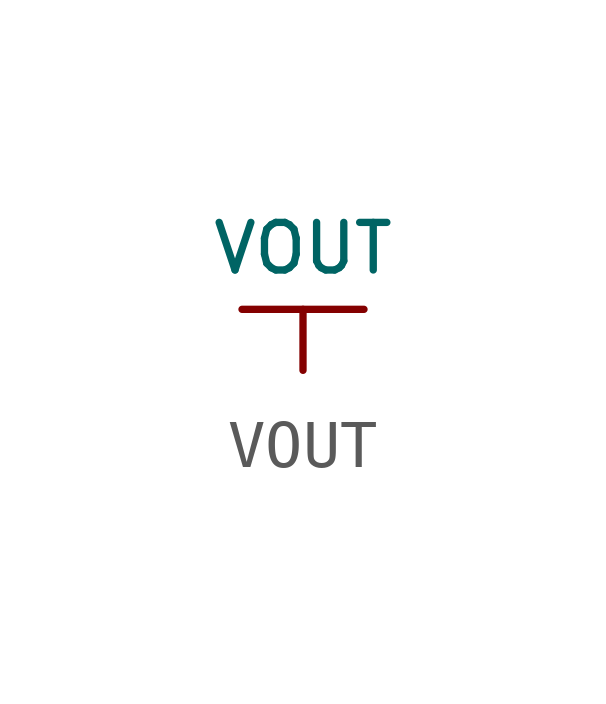
<source format=kicad_sym>
(kicad_symbol_lib
  (version 20220914)
  (generator kicad_symbol_editor)
  (symbol "VOUT"
    (power)
    (pin_numbers hide)
    (pin_names
      (offset 0) hide)
    (property "Reference" "#PWR"
      (at 0 -2.54 0)
      (effects (font (size 1.524 1.524)) hide))
    (property "Value" "VOUT"
      (at 0 1.27 0)
      (effects (font (size 0.991 0.991))))
    (property "Footprint" ""
      (at 0 0 0)
      (effects (font (size 1.524 1.524))))
    (property "Datasheet" ""
      (at 0 0 0)
      (effects (font (size 1.524 1.524))))
    (symbol "VOUT_0_1"
      (polyline (pts (xy -1.27 0) (xy 1.27 0)) (stroke (width 0) (type default)) (fill (type none))))
    (symbol "VOUT_1_1"
      (pin power_in line (at 0 -1.27 90) (length 1.27) (name "VOUT" (effects (font (size 1.27 1.27)))) (number "1" (effects (font (size 1.27 1.27))))))))
</source>
